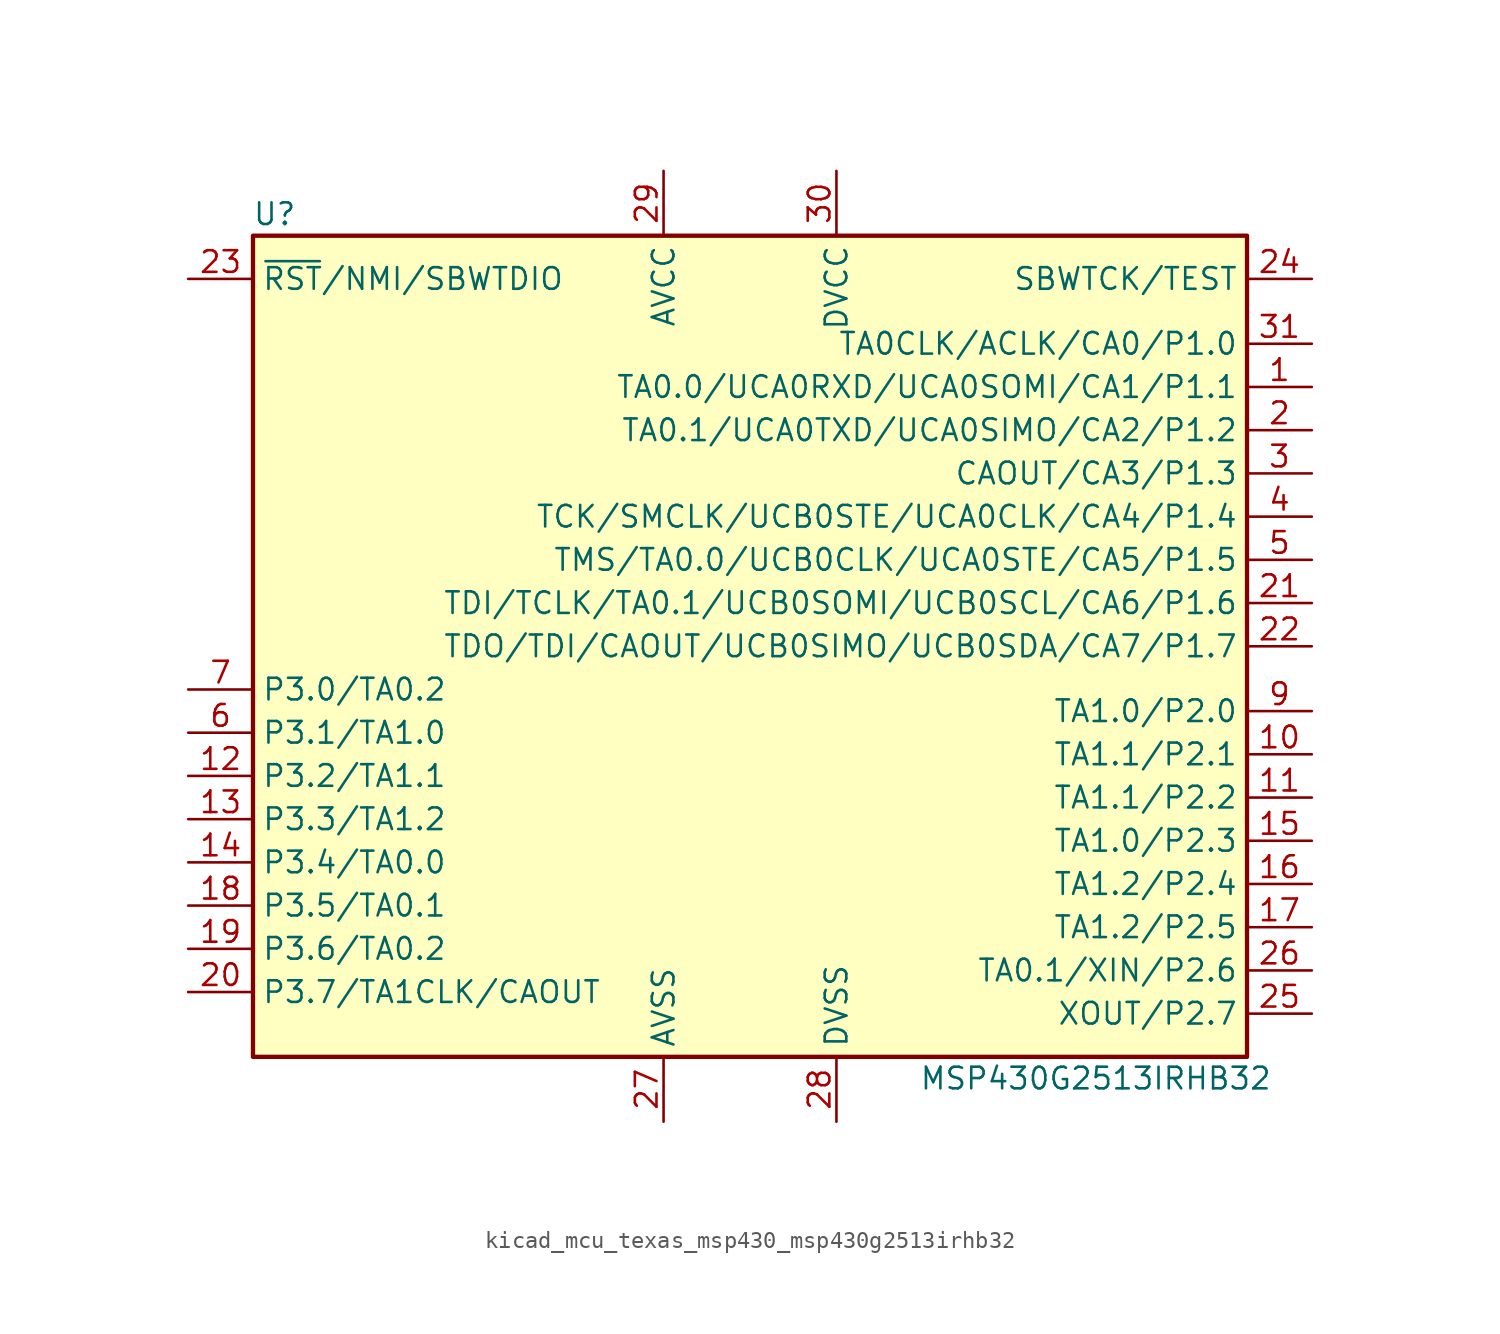
<source format=kicad_sym>
(kicad_symbol_lib
  (version 20220914)
  (generator kicad_symbol_editor)
  (symbol "kicad_mcu_texas_msp430_msp430g2513irhb32"
    (property "Reference" "U"
      (at -27.94 25.4 0)
      (effects (font (size 1.27 1.27))))
    (property "Value" "MSP430G2513IRHB32"
      (at 20.32 -25.4 0)
      (effects (font (size 1.27 1.27))))
    (symbol "kicad_mcu_texas_msp430_msp430g2513irhb32_0_1"
      (rectangle (start -29.21 24.13) (end 29.21 -24.13) (stroke (width 0.254) (type default)) (fill (type background))))
    (symbol "kicad_mcu_texas_msp430_msp430g2513irhb32_1_1"
      (pin bidirectional line (at 33.02 15.24 180) (length 3.81) (name "TA0.0/UCA0RXD/UCA0SOMI/CA1/P1.1" (effects (font (size 1.27 1.27)))) (number "1" (effects (font (size 1.27 1.27)))))
      (pin bidirectional line (at 33.02 -6.35 180) (length 3.81) (name "TA1.1/P2.1" (effects (font (size 1.27 1.27)))) (number "10" (effects (font (size 1.27 1.27)))))
      (pin bidirectional line (at 33.02 -8.89 180) (length 3.81) (name "TA1.1/P2.2" (effects (font (size 1.27 1.27)))) (number "11" (effects (font (size 1.27 1.27)))))
      (pin bidirectional line (at -33.02 -7.62 0) (length 3.81) (name "P3.2/TA1.1" (effects (font (size 1.27 1.27)))) (number "12" (effects (font (size 1.27 1.27)))))
      (pin bidirectional line (at -33.02 -10.16 0) (length 3.81) (name "P3.3/TA1.2" (effects (font (size 1.27 1.27)))) (number "13" (effects (font (size 1.27 1.27)))))
      (pin bidirectional line (at -33.02 -12.7 0) (length 3.81) (name "P3.4/TA0.0" (effects (font (size 1.27 1.27)))) (number "14" (effects (font (size 1.27 1.27)))))
      (pin bidirectional line (at 33.02 -11.43 180) (length 3.81) (name "TA1.0/P2.3" (effects (font (size 1.27 1.27)))) (number "15" (effects (font (size 1.27 1.27)))))
      (pin bidirectional line (at 33.02 -13.97 180) (length 3.81) (name "TA1.2/P2.4" (effects (font (size 1.27 1.27)))) (number "16" (effects (font (size 1.27 1.27)))))
      (pin bidirectional line (at 33.02 -16.51 180) (length 3.81) (name "TA1.2/P2.5" (effects (font (size 1.27 1.27)))) (number "17" (effects (font (size 1.27 1.27)))))
      (pin bidirectional line (at -33.02 -15.24 0) (length 3.81) (name "P3.5/TA0.1" (effects (font (size 1.27 1.27)))) (number "18" (effects (font (size 1.27 1.27)))))
      (pin bidirectional line (at -33.02 -17.78 0) (length 3.81) (name "P3.6/TA0.2" (effects (font (size 1.27 1.27)))) (number "19" (effects (font (size 1.27 1.27)))))
      (pin bidirectional line (at 33.02 12.7 180) (length 3.81) (name "TA0.1/UCA0TXD/UCA0SIMO/CA2/P1.2" (effects (font (size 1.27 1.27)))) (number "2" (effects (font (size 1.27 1.27)))))
      (pin bidirectional line (at -33.02 -20.32 0) (length 3.81) (name "P3.7/TA1CLK/CAOUT" (effects (font (size 1.27 1.27)))) (number "20" (effects (font (size 1.27 1.27)))))
      (pin bidirectional line (at 33.02 2.54 180) (length 3.81) (name "TDI/TCLK/TA0.1/UCB0SOMI/UCB0SCL/CA6/P1.6" (effects (font (size 1.27 1.27)))) (number "21" (effects (font (size 1.27 1.27)))))
      (pin bidirectional line (at 33.02 0 180) (length 3.81) (name "TDO/TDI/CAOUT/UCB0SIMO/UCB0SDA/CA7/P1.7" (effects (font (size 1.27 1.27)))) (number "22" (effects (font (size 1.27 1.27)))))
      (pin input line (at -33.02 21.59 0) (length 3.81) (name "~{RST}/NMI/SBWTDIO" (effects (font (size 1.27 1.27)))) (number "23" (effects (font (size 1.27 1.27)))))
      (pin input line (at 33.02 21.59 180) (length 3.81) (name "SBWTCK/TEST" (effects (font (size 1.27 1.27)))) (number "24" (effects (font (size 1.27 1.27)))))
      (pin bidirectional line (at 33.02 -21.59 180) (length 3.81) (name "XOUT/P2.7" (effects (font (size 1.27 1.27)))) (number "25" (effects (font (size 1.27 1.27)))))
      (pin bidirectional line (at 33.02 -19.05 180) (length 3.81) (name "TA0.1/XIN/P2.6" (effects (font (size 1.27 1.27)))) (number "26" (effects (font (size 1.27 1.27)))))
      (pin power_in line (at -5.08 -27.94 90) (length 3.81) (name "AVSS" (effects (font (size 1.27 1.27)))) (number "27" (effects (font (size 1.27 1.27)))))
      (pin power_in line (at 5.08 -27.94 90) (length 3.81) (name "DVSS" (effects (font (size 1.27 1.27)))) (number "28" (effects (font (size 1.27 1.27)))))
      (pin power_in line (at -5.08 27.94 270) (length 3.81) (name "AVCC" (effects (font (size 1.27 1.27)))) (number "29" (effects (font (size 1.27 1.27)))))
      (pin bidirectional line (at 33.02 10.16 180) (length 3.81) (name "CAOUT/CA3/P1.3" (effects (font (size 1.27 1.27)))) (number "3" (effects (font (size 1.27 1.27)))))
      (pin power_in line (at 5.08 27.94 270) (length 3.81) (name "DVCC" (effects (font (size 1.27 1.27)))) (number "30" (effects (font (size 1.27 1.27)))))
      (pin bidirectional line (at 33.02 17.78 180) (length 3.81) (name "TA0CLK/ACLK/CA0/P1.0" (effects (font (size 1.27 1.27)))) (number "31" (effects (font (size 1.27 1.27)))))
      (pin bidirectional line (at 33.02 7.62 180) (length 3.81) (name "TCK/SMCLK/UCB0STE/UCA0CLK/CA4/P1.4" (effects (font (size 1.27 1.27)))) (number "4" (effects (font (size 1.27 1.27)))))
      (pin bidirectional line (at 33.02 5.08 180) (length 3.81) (name "TMS/TA0.0/UCB0CLK/UCA0STE/CA5/P1.5" (effects (font (size 1.27 1.27)))) (number "5" (effects (font (size 1.27 1.27)))))
      (pin bidirectional line (at -33.02 -5.08 0) (length 3.81) (name "P3.1/TA1.0" (effects (font (size 1.27 1.27)))) (number "6" (effects (font (size 1.27 1.27)))))
      (pin bidirectional line (at -33.02 -2.54 0) (length 3.81) (name "P3.0/TA0.2" (effects (font (size 1.27 1.27)))) (number "7" (effects (font (size 1.27 1.27)))))
      (pin bidirectional line (at 33.02 -3.81 180) (length 3.81) (name "TA1.0/P2.0" (effects (font (size 1.27 1.27)))) (number "9" (effects (font (size 1.27 1.27))))))))
</source>
